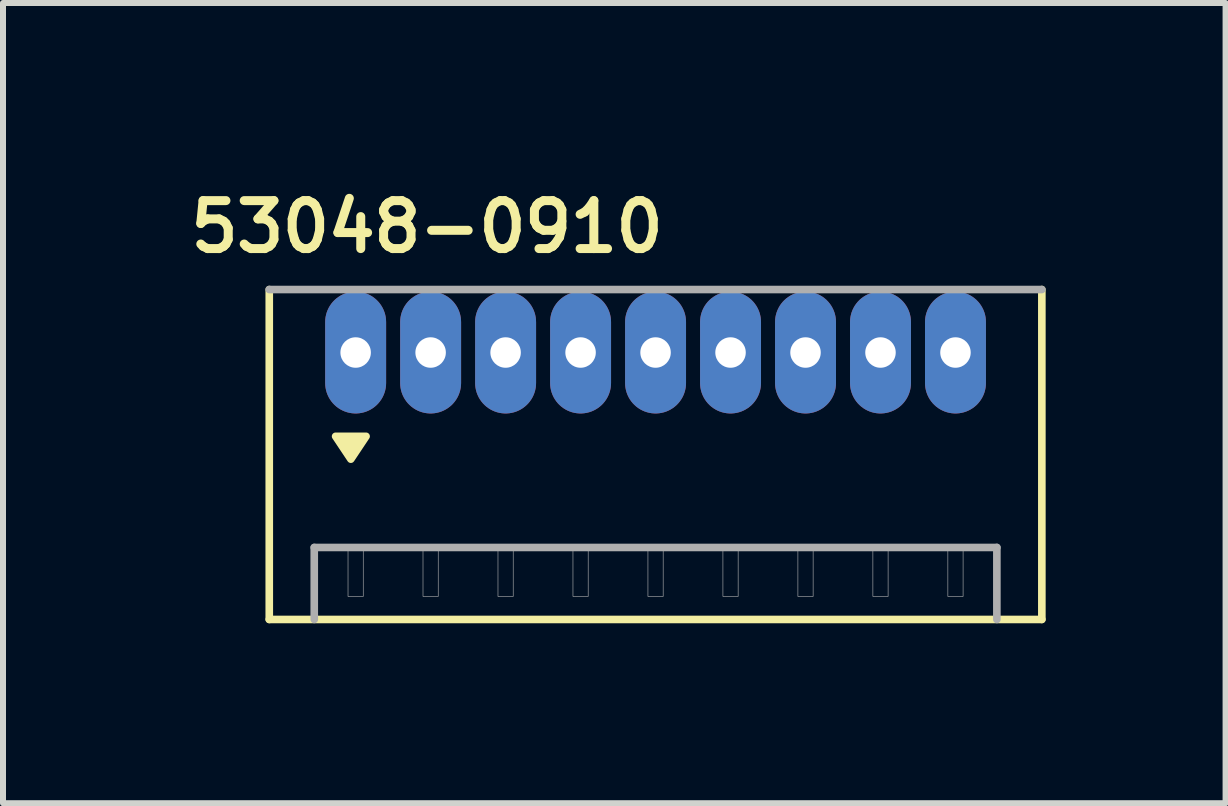
<source format=kicad_pcb>
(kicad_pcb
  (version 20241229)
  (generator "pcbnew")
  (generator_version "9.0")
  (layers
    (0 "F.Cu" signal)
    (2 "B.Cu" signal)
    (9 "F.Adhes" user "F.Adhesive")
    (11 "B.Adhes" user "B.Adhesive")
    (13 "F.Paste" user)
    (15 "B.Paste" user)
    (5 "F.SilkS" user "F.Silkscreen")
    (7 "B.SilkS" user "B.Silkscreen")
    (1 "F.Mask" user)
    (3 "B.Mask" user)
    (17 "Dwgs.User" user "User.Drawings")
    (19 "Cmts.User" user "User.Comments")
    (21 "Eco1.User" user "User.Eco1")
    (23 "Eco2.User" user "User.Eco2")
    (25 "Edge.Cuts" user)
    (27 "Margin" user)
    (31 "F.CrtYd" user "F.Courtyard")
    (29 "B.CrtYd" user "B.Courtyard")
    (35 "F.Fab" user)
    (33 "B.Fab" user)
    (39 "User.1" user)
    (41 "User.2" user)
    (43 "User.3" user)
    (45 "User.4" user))
  (footprint "53048-0910"
    (layer "F.Cu")
    (at 7.879 2.827)
    (property "Reference" "53048-0910" (at -3.81 -2.095 0) (layer "F.SilkS") (effects (font (size 0.8 0.8) (thickness 0.15))))
    (attr through_hole)
    (fp_line (start -6.44 4.45) (end -6.44 -1.05) (stroke (width 0.127) (type solid)) (layer "F.SilkS"))
    (fp_line (start 6.44 -1.05) (end 6.44 4.45) (stroke (width 0.127) (type solid)) (layer "F.SilkS"))
    (fp_line (start 6.44 4.45) (end -6.44 4.45) (stroke (width 0.127) (type solid)) (layer "F.SilkS"))
    (fp_poly (pts (xy -5.334 1.397) (xy -4.826 1.397) (xy -5.08 1.778)) (stroke (width 0.127) (type solid)) (fill yes) (layer "F.SilkS"))
    (fp_line (start -6.44 -1.05) (end 6.44 -1.05) (stroke (width 0.127) (type solid)) (layer "F.Fab"))
    (fp_line (start -5.69 3.25) (end 5.69 3.25) (stroke (width 0.127) (type solid)) (layer "F.Fab"))
    (fp_line (start -5.69 4.45) (end -5.69 3.25) (stroke (width 0.127) (type solid)) (layer "F.Fab"))
    (fp_line (start 5.69 3.25) (end 5.69 4.45) (stroke (width 0.127) (type solid)) (layer "F.Fab"))
    (fp_poly (pts (xy -5.127 3.3) (xy -4.873 3.3) (xy -4.873 4.067) (xy -5.127 4.067)) (stroke (width 0.01) (type solid)) (fill no) (layer "F.Fab"))
    (fp_poly (pts (xy -3.877 3.3) (xy -3.623 3.3) (xy -3.623 4.067) (xy -3.877 4.067)) (stroke (width 0.01) (type solid)) (fill no) (layer "F.Fab"))
    (fp_poly (pts (xy -2.627 3.3) (xy -2.373 3.3) (xy -2.373 4.067) (xy -2.627 4.067)) (stroke (width 0.01) (type solid)) (fill no) (layer "F.Fab"))
    (fp_poly (pts (xy -1.377 3.3) (xy -1.123 3.3) (xy -1.123 4.067) (xy -1.377 4.067)) (stroke (width 0.01) (type solid)) (fill no) (layer "F.Fab"))
    (fp_poly (pts (xy -0.127 3.3) (xy 0.127 3.3) (xy 0.127 4.067) (xy -0.127 4.067)) (stroke (width 0.01) (type solid)) (fill no) (layer "F.Fab"))
    (fp_poly (pts (xy 1.123 3.3) (xy 1.377 3.3) (xy 1.377 4.067) (xy 1.123 4.067)) (stroke (width 0.01) (type solid)) (fill no) (layer "F.Fab"))
    (fp_poly (pts (xy 2.373 3.3) (xy 2.627 3.3) (xy 2.627 4.067) (xy 2.373 4.067)) (stroke (width 0.01) (type solid)) (fill no) (layer "F.Fab"))
    (fp_poly (pts (xy 3.623 3.3) (xy 3.877 3.3) (xy 3.877 4.067) (xy 3.623 4.067)) (stroke (width 0.01) (type solid)) (fill no) (layer "F.Fab"))
    (fp_poly (pts (xy 4.873 3.3) (xy 5.127 3.3) (xy 5.127 4.067) (xy 4.873 4.067)) (stroke (width 0.01) (type solid)) (fill no) (layer "F.Fab"))
    (pad "1" thru_hole oval (at -5 0) (size 1.016 2.032) (drill 0.508) (layers "*.Cu" "*.Mask"))
    (pad "2" thru_hole oval (at -3.75 0) (size 1.016 2.032) (drill 0.508) (layers "*.Cu" "*.Mask"))
    (pad "3" thru_hole oval (at -2.5 0) (size 1.016 2.032) (drill 0.508) (layers "*.Cu" "*.Mask"))
    (pad "4" thru_hole oval (at -1.25 0) (size 1.016 2.032) (drill 0.508) (layers "*.Cu" "*.Mask"))
    (pad "5" thru_hole oval (at 0 0) (size 1.016 2.032) (drill 0.508) (layers "*.Cu" "*.Mask"))
    (pad "6" thru_hole oval (at 1.25 0) (size 1.016 2.032) (drill 0.508) (layers "*.Cu" "*.Mask"))
    (pad "7" thru_hole oval (at 2.5 0) (size 1.016 2.032) (drill 0.508) (layers "*.Cu" "*.Mask"))
    (pad "8" thru_hole oval (at 3.75 0) (size 1.016 2.032) (drill 0.508) (layers "*.Cu" "*.Mask"))
    (pad "9" thru_hole oval (at 5 0) (size 1.016 2.032) (drill 0.508) (layers "*.Cu" "*.Mask")))
  (gr_rect
    (start -3 -3)
    (end 17.382 10.34)
    (stroke (width 0.1) (type default))
    (fill no)
    (layer "Edge.Cuts")))
</source>
